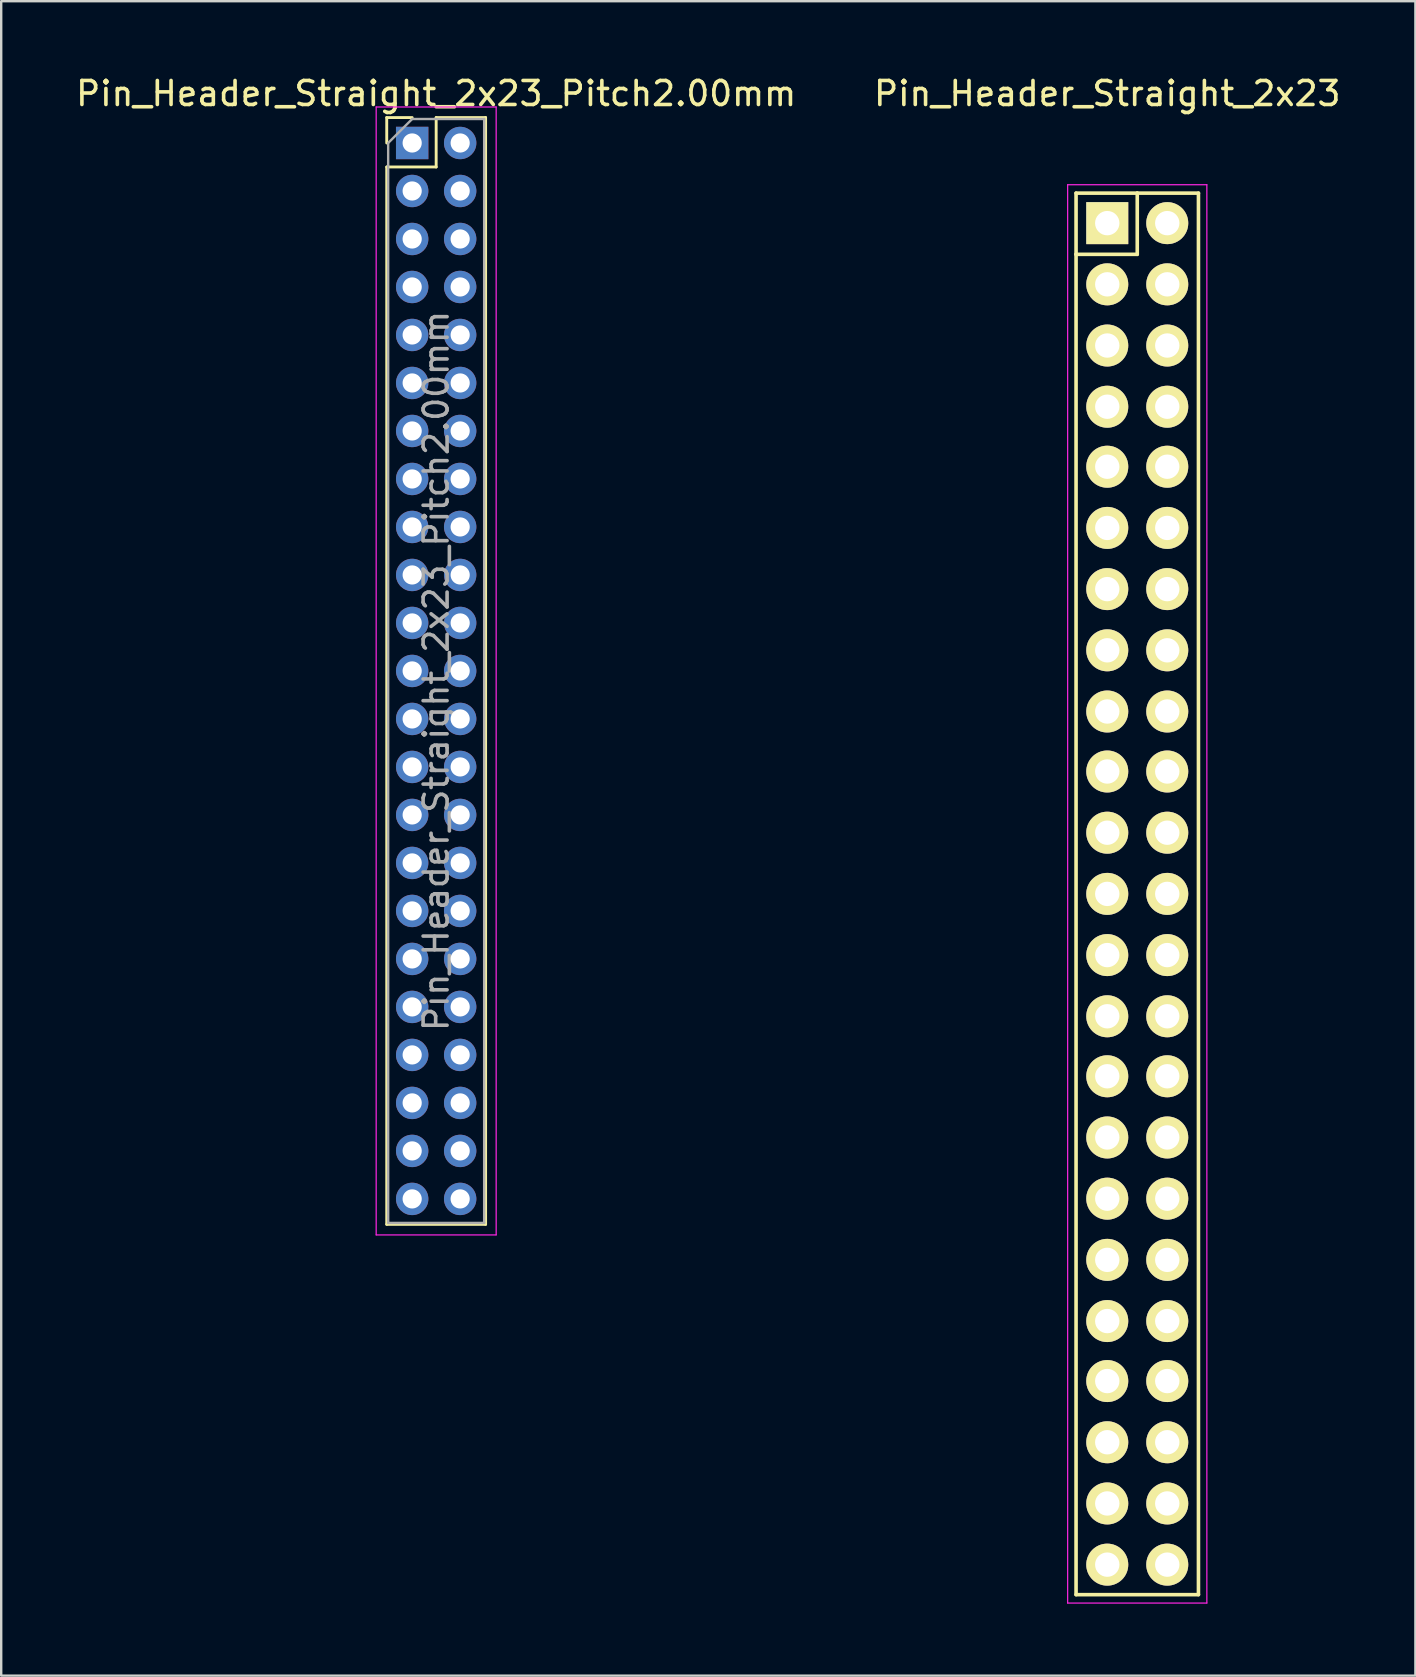
<source format=kicad_pcb>
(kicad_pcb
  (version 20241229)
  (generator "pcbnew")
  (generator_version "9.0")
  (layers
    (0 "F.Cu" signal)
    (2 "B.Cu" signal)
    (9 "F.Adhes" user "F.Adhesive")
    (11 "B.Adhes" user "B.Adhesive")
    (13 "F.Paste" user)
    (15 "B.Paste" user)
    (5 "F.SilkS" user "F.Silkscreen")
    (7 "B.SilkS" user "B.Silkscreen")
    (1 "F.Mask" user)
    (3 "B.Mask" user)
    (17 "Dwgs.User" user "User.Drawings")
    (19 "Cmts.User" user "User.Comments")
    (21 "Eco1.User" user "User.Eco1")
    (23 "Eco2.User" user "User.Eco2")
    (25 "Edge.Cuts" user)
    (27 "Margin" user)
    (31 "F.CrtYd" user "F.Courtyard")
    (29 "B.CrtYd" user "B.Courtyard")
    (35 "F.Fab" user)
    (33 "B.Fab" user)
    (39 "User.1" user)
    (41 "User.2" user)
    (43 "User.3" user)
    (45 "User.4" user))
  (footprint "Pin_Header_Straight_2x23_Pitch2.00mm"
    (layer "F.Cu")
    (at 14.125 2.908)
    (property "Reference" "Pin_Header_Straight_2x23_Pitch2.00mm" (at 1 -2.06 0) (layer "F.SilkS") (effects (font (size 1 1) (thickness 0.15))))
    (attr through_hole)
    (fp_line (start -1.06 -1.06) (end 0 -1.06) (stroke (width 0.12) (type solid)) (layer "F.SilkS"))
    (fp_line (start -1.06 0) (end -1.06 -1.06) (stroke (width 0.12) (type solid)) (layer "F.SilkS"))
    (fp_line (start -1.06 1) (end -1.06 45.06) (stroke (width 0.12) (type solid)) (layer "F.SilkS"))
    (fp_line (start -1.06 45.06) (end 3.06 45.06) (stroke (width 0.12) (type solid)) (layer "F.SilkS"))
    (fp_line (start 1 -1.06) (end 1 1) (stroke (width 0.12) (type solid)) (layer "F.SilkS"))
    (fp_line (start 1 1) (end -1.06 1) (stroke (width 0.12) (type solid)) (layer "F.SilkS"))
    (fp_line (start 3.06 -1.06) (end 1 -1.06) (stroke (width 0.12) (type solid)) (layer "F.SilkS"))
    (fp_line (start 3.06 45.06) (end 3.06 -1.06) (stroke (width 0.12) (type solid)) (layer "F.SilkS"))
    (fp_line (start -1.5 -1.5) (end -1.5 45.5) (stroke (width 0.05) (type solid)) (layer "F.CrtYd"))
    (fp_line (start -1.5 45.5) (end 3.5 45.5) (stroke (width 0.05) (type solid)) (layer "F.CrtYd"))
    (fp_line (start 3.5 -1.5) (end -1.5 -1.5) (stroke (width 0.05) (type solid)) (layer "F.CrtYd"))
    (fp_line (start 3.5 45.5) (end 3.5 -1.5) (stroke (width 0.05) (type solid)) (layer "F.CrtYd"))
    (fp_line (start -1 0) (end 0 -1) (stroke (width 0.1) (type solid)) (layer "F.Fab"))
    (fp_line (start -1 45) (end -1 0) (stroke (width 0.1) (type solid)) (layer "F.Fab"))
    (fp_line (start 0 -1) (end 3 -1) (stroke (width 0.1) (type solid)) (layer "F.Fab"))
    (fp_line (start 3 -1) (end 3 45) (stroke (width 0.1) (type solid)) (layer "F.Fab"))
    (fp_line (start 3 45) (end -1 45) (stroke (width 0.1) (type solid)) (layer "F.Fab"))
    (fp_text user "${REFERENCE}" (at 1 22 90) (layer "F.Fab") (effects (font (size 1 1) (thickness 0.15))))
    (pad "1" thru_hole rect (at 0 0) (size 1.35 1.35) (drill 0.8) (layers "*.Cu" "*.Mask"))
    (pad "2" thru_hole oval (at 2 0) (size 1.35 1.35) (drill 0.8) (layers "*.Cu" "*.Mask"))
    (pad "3" thru_hole oval (at 0 2) (size 1.35 1.35) (drill 0.8) (layers "*.Cu" "*.Mask"))
    (pad "4" thru_hole oval (at 2 2) (size 1.35 1.35) (drill 0.8) (layers "*.Cu" "*.Mask"))
    (pad "5" thru_hole oval (at 0 4) (size 1.35 1.35) (drill 0.8) (layers "*.Cu" "*.Mask"))
    (pad "6" thru_hole oval (at 2 4) (size 1.35 1.35) (drill 0.8) (layers "*.Cu" "*.Mask"))
    (pad "7" thru_hole oval (at 0 6) (size 1.35 1.35) (drill 0.8) (layers "*.Cu" "*.Mask"))
    (pad "8" thru_hole oval (at 2 6) (size 1.35 1.35) (drill 0.8) (layers "*.Cu" "*.Mask"))
    (pad "9" thru_hole oval (at 0 8) (size 1.35 1.35) (drill 0.8) (layers "*.Cu" "*.Mask"))
    (pad "10" thru_hole oval (at 2 8) (size 1.35 1.35) (drill 0.8) (layers "*.Cu" "*.Mask"))
    (pad "11" thru_hole oval (at 0 10) (size 1.35 1.35) (drill 0.8) (layers "*.Cu" "*.Mask"))
    (pad "12" thru_hole oval (at 2 10) (size 1.35 1.35) (drill 0.8) (layers "*.Cu" "*.Mask"))
    (pad "13" thru_hole oval (at 0 12) (size 1.35 1.35) (drill 0.8) (layers "*.Cu" "*.Mask"))
    (pad "14" thru_hole oval (at 2 12) (size 1.35 1.35) (drill 0.8) (layers "*.Cu" "*.Mask"))
    (pad "15" thru_hole oval (at 0 14) (size 1.35 1.35) (drill 0.8) (layers "*.Cu" "*.Mask"))
    (pad "16" thru_hole oval (at 2 14) (size 1.35 1.35) (drill 0.8) (layers "*.Cu" "*.Mask"))
    (pad "17" thru_hole oval (at 0 16) (size 1.35 1.35) (drill 0.8) (layers "*.Cu" "*.Mask"))
    (pad "18" thru_hole oval (at 2 16) (size 1.35 1.35) (drill 0.8) (layers "*.Cu" "*.Mask"))
    (pad "19" thru_hole oval (at 0 18) (size 1.35 1.35) (drill 0.8) (layers "*.Cu" "*.Mask"))
    (pad "20" thru_hole oval (at 2 18) (size 1.35 1.35) (drill 0.8) (layers "*.Cu" "*.Mask"))
    (pad "21" thru_hole oval (at 0 20) (size 1.35 1.35) (drill 0.8) (layers "*.Cu" "*.Mask"))
    (pad "22" thru_hole oval (at 2 20) (size 1.35 1.35) (drill 0.8) (layers "*.Cu" "*.Mask"))
    (pad "23" thru_hole oval (at 0 22) (size 1.35 1.35) (drill 0.8) (layers "*.Cu" "*.Mask"))
    (pad "24" thru_hole oval (at 2 22) (size 1.35 1.35) (drill 0.8) (layers "*.Cu" "*.Mask"))
    (pad "25" thru_hole oval (at 0 24) (size 1.35 1.35) (drill 0.8) (layers "*.Cu" "*.Mask"))
    (pad "26" thru_hole oval (at 2 24) (size 1.35 1.35) (drill 0.8) (layers "*.Cu" "*.Mask"))
    (pad "27" thru_hole oval (at 0 26) (size 1.35 1.35) (drill 0.8) (layers "*.Cu" "*.Mask"))
    (pad "28" thru_hole oval (at 2 26) (size 1.35 1.35) (drill 0.8) (layers "*.Cu" "*.Mask"))
    (pad "29" thru_hole oval (at 0 28) (size 1.35 1.35) (drill 0.8) (layers "*.Cu" "*.Mask"))
    (pad "30" thru_hole oval (at 2 28) (size 1.35 1.35) (drill 0.8) (layers "*.Cu" "*.Mask"))
    (pad "31" thru_hole oval (at 0 30) (size 1.35 1.35) (drill 0.8) (layers "*.Cu" "*.Mask"))
    (pad "32" thru_hole oval (at 2 30) (size 1.35 1.35) (drill 0.8) (layers "*.Cu" "*.Mask"))
    (pad "33" thru_hole oval (at 0 32) (size 1.35 1.35) (drill 0.8) (layers "*.Cu" "*.Mask"))
    (pad "34" thru_hole oval (at 2 32) (size 1.35 1.35) (drill 0.8) (layers "*.Cu" "*.Mask"))
    (pad "35" thru_hole oval (at 0 34) (size 1.35 1.35) (drill 0.8) (layers "*.Cu" "*.Mask"))
    (pad "36" thru_hole oval (at 2 34) (size 1.35 1.35) (drill 0.8) (layers "*.Cu" "*.Mask"))
    (pad "37" thru_hole oval (at 0 36) (size 1.35 1.35) (drill 0.8) (layers "*.Cu" "*.Mask"))
    (pad "38" thru_hole oval (at 2 36) (size 1.35 1.35) (drill 0.8) (layers "*.Cu" "*.Mask"))
    (pad "39" thru_hole oval (at 0 38) (size 1.35 1.35) (drill 0.8) (layers "*.Cu" "*.Mask"))
    (pad "40" thru_hole oval (at 2 38) (size 1.35 1.35) (drill 0.8) (layers "*.Cu" "*.Mask"))
    (pad "41" thru_hole oval (at 0 40) (size 1.35 1.35) (drill 0.8) (layers "*.Cu" "*.Mask"))
    (pad "42" thru_hole oval (at 2 40) (size 1.35 1.35) (drill 0.8) (layers "*.Cu" "*.Mask"))
    (pad "43" thru_hole oval (at 0 42) (size 1.35 1.35) (drill 0.8) (layers "*.Cu" "*.Mask"))
    (pad "44" thru_hole oval (at 2 42) (size 1.35 1.35) (drill 0.8) (layers "*.Cu" "*.Mask"))
    (pad "45" thru_hole oval (at 0 44) (size 1.35 1.35) (drill 0.8) (layers "*.Cu" "*.Mask"))
    (pad "46" thru_hole oval (at 2 44) (size 1.35 1.35) (drill 0.8) (layers "*.Cu" "*.Mask")))
  (footprint "Pin_Header_Straight_2x23"
    (layer "F.Cu")
    (at 43.089 6.248)
    (property "Reference" "Pin_Header_Straight_2x23" (at 0 -5.4 0) (layer "F.SilkS") (effects (font (size 1 1) (thickness 0.15))))
    (attr through_hole)
    (fp_line (start -1.3 -1.25) (end -1.3 1.3) (stroke (width 0.15) (type solid)) (layer "F.SilkS"))
    (fp_line (start -1.3 -1.25) (end 1.25 -1.25) (stroke (width 0.15) (type solid)) (layer "F.SilkS"))
    (fp_line (start -1.3 57.15) (end -1.3 1.3) (stroke (width 0.15) (type solid)) (layer "F.SilkS"))
    (fp_line (start 1.25 -1.25) (end 1.25 1.3) (stroke (width 0.15) (type solid)) (layer "F.SilkS"))
    (fp_line (start 1.25 1.3) (end -1.3 1.3) (stroke (width 0.15) (type solid)) (layer "F.SilkS"))
    (fp_line (start 3.8 -1.25) (end 1.25 -1.25) (stroke (width 0.15) (type solid)) (layer "F.SilkS"))
    (fp_line (start 3.8 57.15) (end -1.3 57.15) (stroke (width 0.15) (type solid)) (layer "F.SilkS"))
    (fp_line (start 3.8 57.15) (end 3.8 -1.25) (stroke (width 0.15) (type solid)) (layer "F.SilkS"))
    (fp_line (start -1.65 -1.6) (end -1.65 57.5) (stroke (width 0.05) (type solid)) (layer "F.CrtYd"))
    (fp_line (start -1.65 -1.6) (end 4.15 -1.6) (stroke (width 0.05) (type solid)) (layer "F.CrtYd"))
    (fp_line (start -1.65 57.5) (end 4.15 57.5) (stroke (width 0.05) (type solid)) (layer "F.CrtYd"))
    (fp_line (start 4.15 -1.6) (end 4.15 57.5) (stroke (width 0.05) (type solid)) (layer "F.CrtYd"))
    (pad "1" thru_hole rect (at 0 0) (size 1.75 1.75) (drill 1.016) (layers "*.Cu" "*.Mask" "F.SilkS"))
    (pad "2" thru_hole oval (at 2.5 0) (size 1.75 1.75) (drill 1.016) (layers "*.Cu" "*.Mask" "F.SilkS"))
    (pad "3" thru_hole oval (at 0 2.55) (size 1.75 1.75) (drill 1.016) (layers "*.Cu" "*.Mask" "F.SilkS"))
    (pad "4" thru_hole oval (at 2.5 2.55) (size 1.75 1.75) (drill 1.016) (layers "*.Cu" "*.Mask" "F.SilkS"))
    (pad "5" thru_hole oval (at 0 5.1) (size 1.75 1.75) (drill 1.016) (layers "*.Cu" "*.Mask" "F.SilkS"))
    (pad "6" thru_hole oval (at 2.5 5.1) (size 1.75 1.75) (drill 1.016) (layers "*.Cu" "*.Mask" "F.SilkS"))
    (pad "7" thru_hole oval (at 0 7.65) (size 1.75 1.75) (drill 1.016) (layers "*.Cu" "*.Mask" "F.SilkS"))
    (pad "8" thru_hole oval (at 2.5 7.65) (size 1.75 1.75) (drill 1.016) (layers "*.Cu" "*.Mask" "F.SilkS"))
    (pad "9" thru_hole oval (at 0 10.15) (size 1.75 1.75) (drill 1.016) (layers "*.Cu" "*.Mask" "F.SilkS"))
    (pad "10" thru_hole oval (at 2.5 10.15) (size 1.75 1.75) (drill 1.016) (layers "*.Cu" "*.Mask" "F.SilkS"))
    (pad "11" thru_hole oval (at 0 12.7) (size 1.75 1.75) (drill 1.016) (layers "*.Cu" "*.Mask" "F.SilkS"))
    (pad "12" thru_hole oval (at 2.5 12.7) (size 1.75 1.75) (drill 1.016) (layers "*.Cu" "*.Mask" "F.SilkS"))
    (pad "13" thru_hole oval (at 0 15.25) (size 1.75 1.75) (drill 1.016) (layers "*.Cu" "*.Mask" "F.SilkS"))
    (pad "14" thru_hole oval (at 2.5 15.25) (size 1.75 1.75) (drill 1.016) (layers "*.Cu" "*.Mask" "F.SilkS"))
    (pad "15" thru_hole oval (at 0 17.8) (size 1.75 1.75) (drill 1.016) (layers "*.Cu" "*.Mask" "F.SilkS"))
    (pad "16" thru_hole oval (at 2.5 17.8) (size 1.75 1.75) (drill 1.016) (layers "*.Cu" "*.Mask" "F.SilkS"))
    (pad "17" thru_hole oval (at 0 20.35) (size 1.75 1.75) (drill 1.016) (layers "*.Cu" "*.Mask" "F.SilkS"))
    (pad "18" thru_hole oval (at 2.5 20.35) (size 1.75 1.75) (drill 1.016) (layers "*.Cu" "*.Mask" "F.SilkS"))
    (pad "19" thru_hole oval (at 0 22.85) (size 1.75 1.75) (drill 1.016) (layers "*.Cu" "*.Mask" "F.SilkS"))
    (pad "20" thru_hole oval (at 2.5 22.85) (size 1.75 1.75) (drill 1.016) (layers "*.Cu" "*.Mask" "F.SilkS"))
    (pad "21" thru_hole oval (at 0 25.4) (size 1.75 1.75) (drill 1.016) (layers "*.Cu" "*.Mask" "F.SilkS"))
    (pad "22" thru_hole oval (at 2.5 25.4) (size 1.75 1.75) (drill 1.016) (layers "*.Cu" "*.Mask" "F.SilkS"))
    (pad "23" thru_hole oval (at 0 27.95) (size 1.75 1.75) (drill 1.016) (layers "*.Cu" "*.Mask" "F.SilkS"))
    (pad "24" thru_hole oval (at 2.5 27.95) (size 1.75 1.75) (drill 1.016) (layers "*.Cu" "*.Mask" "F.SilkS"))
    (pad "25" thru_hole oval (at 0 30.5) (size 1.75 1.75) (drill 1.016) (layers "*.Cu" "*.Mask" "F.SilkS"))
    (pad "26" thru_hole oval (at 2.5 30.5) (size 1.75 1.75) (drill 1.016) (layers "*.Cu" "*.Mask" "F.SilkS"))
    (pad "27" thru_hole oval (at 0 33.05) (size 1.75 1.75) (drill 1.016) (layers "*.Cu" "*.Mask" "F.SilkS"))
    (pad "28" thru_hole oval (at 2.5 33.05) (size 1.75 1.75) (drill 1.016) (layers "*.Cu" "*.Mask" "F.SilkS"))
    (pad "29" thru_hole oval (at 0 35.55) (size 1.75 1.75) (drill 1.016) (layers "*.Cu" "*.Mask" "F.SilkS"))
    (pad "30" thru_hole oval (at 2.5 35.55) (size 1.75 1.75) (drill 1.016) (layers "*.Cu" "*.Mask" "F.SilkS"))
    (pad "31" thru_hole oval (at 0 38.1) (size 1.75 1.75) (drill 1.016) (layers "*.Cu" "*.Mask" "F.SilkS"))
    (pad "32" thru_hole oval (at 2.5 38.1) (size 1.75 1.75) (drill 1.016) (layers "*.Cu" "*.Mask" "F.SilkS"))
    (pad "33" thru_hole oval (at 0 40.65) (size 1.75 1.75) (drill 1.016) (layers "*.Cu" "*.Mask" "F.SilkS"))
    (pad "34" thru_hole oval (at 2.5 40.65) (size 1.75 1.75) (drill 1.016) (layers "*.Cu" "*.Mask" "F.SilkS"))
    (pad "35" thru_hole oval (at 0 43.2) (size 1.75 1.75) (drill 1.016) (layers "*.Cu" "*.Mask" "F.SilkS"))
    (pad "36" thru_hole oval (at 2.5 43.2) (size 1.75 1.75) (drill 1.016) (layers "*.Cu" "*.Mask" "F.SilkS"))
    (pad "37" thru_hole oval (at 0 45.75) (size 1.75 1.75) (drill 1.016) (layers "*.Cu" "*.Mask" "F.SilkS"))
    (pad "38" thru_hole oval (at 2.5 45.75) (size 1.75 1.75) (drill 1.016) (layers "*.Cu" "*.Mask" "F.SilkS"))
    (pad "39" thru_hole oval (at 0 48.25) (size 1.75 1.75) (drill 1.016) (layers "*.Cu" "*.Mask" "F.SilkS"))
    (pad "40" thru_hole oval (at 2.5 48.25) (size 1.75 1.75) (drill 1.016) (layers "*.Cu" "*.Mask" "F.SilkS"))
    (pad "41" thru_hole oval (at 0 50.8) (size 1.75 1.75) (drill 1.016) (layers "*.Cu" "*.Mask" "F.SilkS"))
    (pad "42" thru_hole oval (at 2.5 50.8) (size 1.75 1.75) (drill 1.016) (layers "*.Cu" "*.Mask" "F.SilkS"))
    (pad "43" thru_hole oval (at 0 53.35) (size 1.75 1.75) (drill 1.016) (layers "*.Cu" "*.Mask" "F.SilkS"))
    (pad "44" thru_hole oval (at 2.5 53.35) (size 1.75 1.75) (drill 1.016) (layers "*.Cu" "*.Mask" "F.SilkS"))
    (pad "45" thru_hole oval (at 0 55.9) (size 1.75 1.75) (drill 1.016) (layers "*.Cu" "*.Mask" "F.SilkS"))
    (pad "46" thru_hole oval (at 2.5 55.9) (size 1.75 1.75) (drill 1.016) (layers "*.Cu" "*.Mask" "F.SilkS")))
  (gr_rect
    (start -3 -3)
    (end 55.929 66.773)
    (stroke (width 0.1) (type default))
    (fill no)
    (layer "Edge.Cuts")))
</source>
